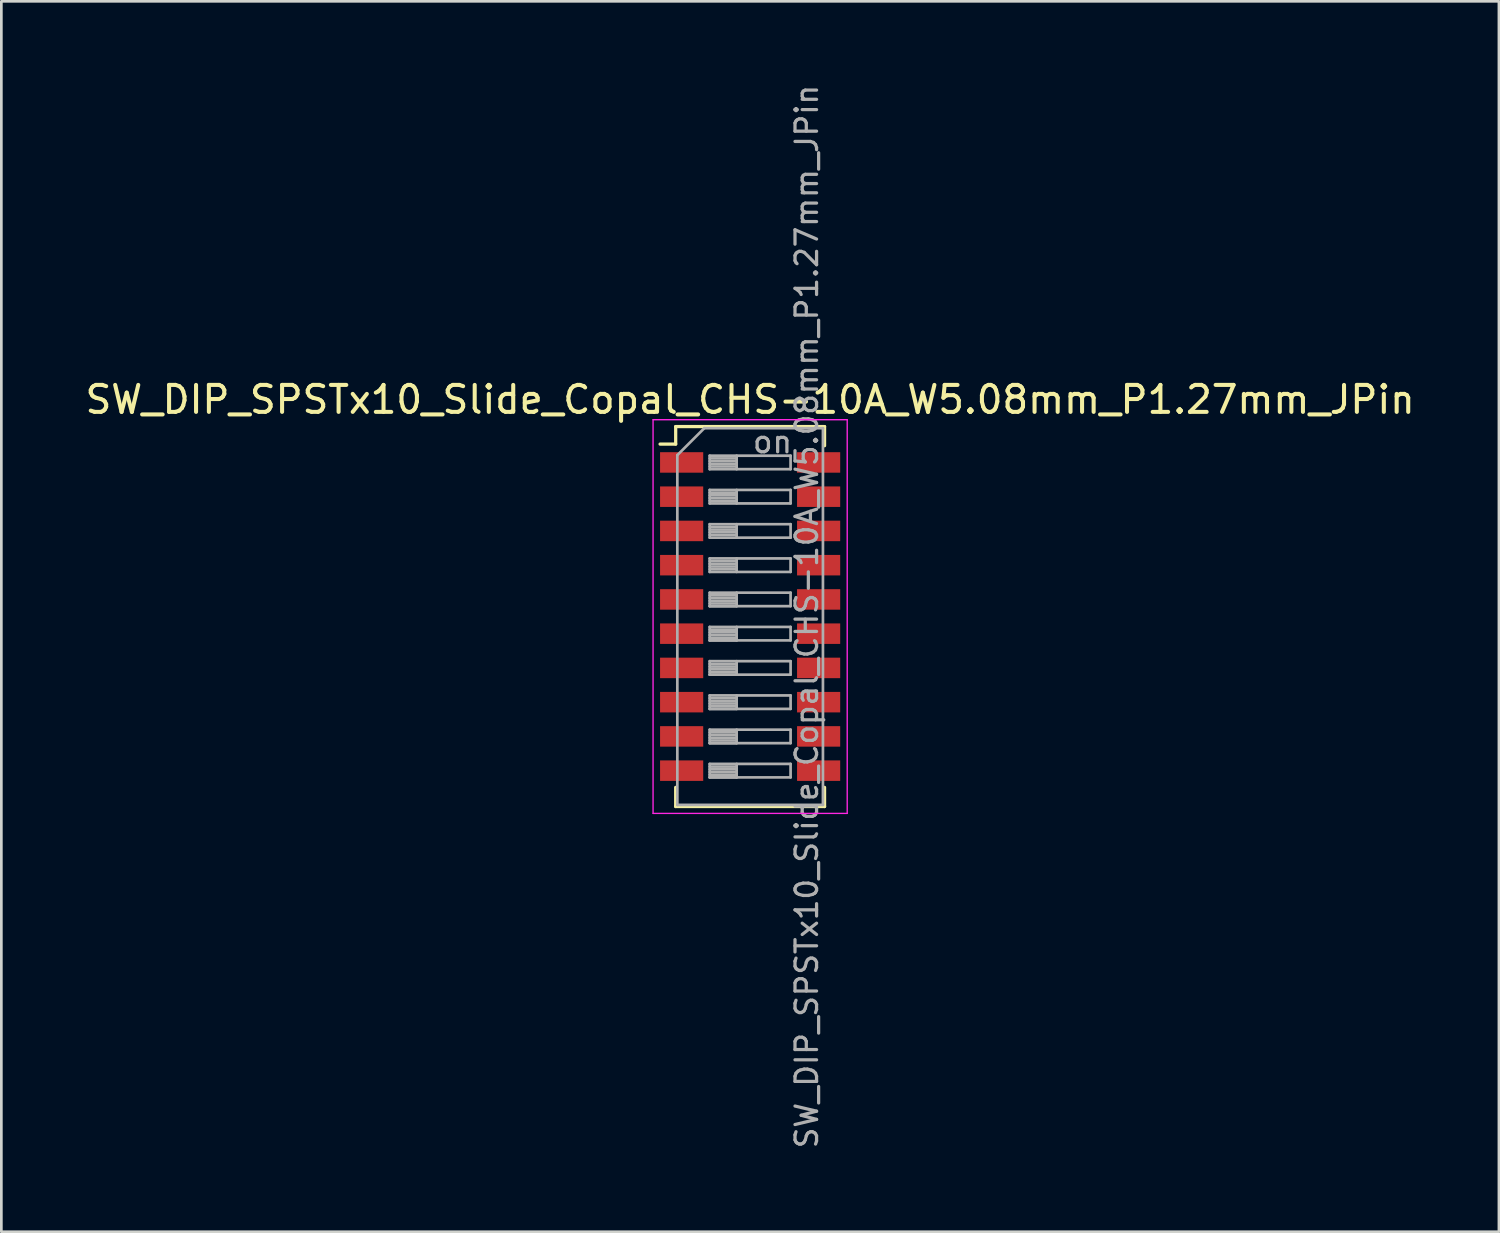
<source format=kicad_pcb>
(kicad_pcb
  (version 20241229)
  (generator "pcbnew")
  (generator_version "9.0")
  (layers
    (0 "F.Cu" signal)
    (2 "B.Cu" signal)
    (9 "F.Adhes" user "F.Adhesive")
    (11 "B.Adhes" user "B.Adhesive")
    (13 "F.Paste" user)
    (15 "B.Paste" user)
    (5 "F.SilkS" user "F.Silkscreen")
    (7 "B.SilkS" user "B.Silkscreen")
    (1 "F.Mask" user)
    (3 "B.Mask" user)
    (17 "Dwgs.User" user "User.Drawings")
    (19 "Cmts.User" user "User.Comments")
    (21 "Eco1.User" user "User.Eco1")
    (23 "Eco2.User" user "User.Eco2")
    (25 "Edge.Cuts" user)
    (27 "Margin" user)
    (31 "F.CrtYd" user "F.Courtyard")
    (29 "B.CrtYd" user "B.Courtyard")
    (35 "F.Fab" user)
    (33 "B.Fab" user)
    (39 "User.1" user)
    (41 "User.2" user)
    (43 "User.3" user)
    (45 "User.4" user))
  (footprint "SW_DIP_SPSTx10_Slide_Copal_CHS-10A_W5.08mm_P1.27mm_JPin"
    (layer "F.Cu")
    (at 24.768 19.814)
    (property "Reference" "SW_DIP_SPSTx10_Slide_Copal_CHS-10A_W5.08mm_P1.27mm_JPin" (at 0 -8.045 0) (layer "F.SilkS") (effects (font (size 1 1) (thickness 0.15))))
    (attr smd)
    (fp_line (start -3.34 -6.395) (end -2.761 -6.395) (stroke (width 0.12) (type solid)) (layer "F.SilkS"))
    (fp_line (start -2.761 -7.045) (end -2.761 -6.395) (stroke (width 0.12) (type solid)) (layer "F.SilkS"))
    (fp_line (start -2.761 -7.045) (end 2.76 -7.045) (stroke (width 0.12) (type solid)) (layer "F.SilkS"))
    (fp_line (start -2.761 6.335) (end -2.761 7.045) (stroke (width 0.12) (type solid)) (layer "F.SilkS"))
    (fp_line (start -2.761 7.045) (end 2.76 7.045) (stroke (width 0.12) (type solid)) (layer "F.SilkS"))
    (fp_line (start 2.76 -7.045) (end 2.76 -6.335) (stroke (width 0.12) (type solid)) (layer "F.SilkS"))
    (fp_line (start 2.76 6.335) (end 2.76 7.045) (stroke (width 0.12) (type solid)) (layer "F.SilkS"))
    (fp_line (start -3.6 -7.3) (end -3.6 7.3) (stroke (width 0.05) (type solid)) (layer "F.CrtYd"))
    (fp_line (start -3.6 7.3) (end 3.6 7.3) (stroke (width 0.05) (type solid)) (layer "F.CrtYd"))
    (fp_line (start 3.6 -7.3) (end -3.6 -7.3) (stroke (width 0.05) (type solid)) (layer "F.CrtYd"))
    (fp_line (start 3.6 7.3) (end 3.6 -7.3) (stroke (width 0.05) (type solid)) (layer "F.CrtYd"))
    (fp_line (start -2.7 -5.985) (end -1.7 -6.985) (stroke (width 0.1) (type solid)) (layer "F.Fab"))
    (fp_line (start -2.7 6.985) (end -2.7 -5.985) (stroke (width 0.1) (type solid)) (layer "F.Fab"))
    (fp_line (start -1.7 -6.985) (end 2.7 -6.985) (stroke (width 0.1) (type solid)) (layer "F.Fab"))
    (fp_line (start -1.5 -5.965) (end -1.5 -5.465) (stroke (width 0.1) (type solid)) (layer "F.Fab"))
    (fp_line (start -1.5 -5.865) (end -0.5 -5.865) (stroke (width 0.1) (type solid)) (layer "F.Fab"))
    (fp_line (start -1.5 -5.765) (end -0.5 -5.765) (stroke (width 0.1) (type solid)) (layer "F.Fab"))
    (fp_line (start -1.5 -5.665) (end -0.5 -5.665) (stroke (width 0.1) (type solid)) (layer "F.Fab"))
    (fp_line (start -1.5 -5.565) (end -0.5 -5.565) (stroke (width 0.1) (type solid)) (layer "F.Fab"))
    (fp_line (start -1.5 -5.465) (end 1.5 -5.465) (stroke (width 0.1) (type solid)) (layer "F.Fab"))
    (fp_line (start -1.5 -4.695) (end -1.5 -4.195) (stroke (width 0.1) (type solid)) (layer "F.Fab"))
    (fp_line (start -1.5 -4.595) (end -0.5 -4.595) (stroke (width 0.1) (type solid)) (layer "F.Fab"))
    (fp_line (start -1.5 -4.495) (end -0.5 -4.495) (stroke (width 0.1) (type solid)) (layer "F.Fab"))
    (fp_line (start -1.5 -4.395) (end -0.5 -4.395) (stroke (width 0.1) (type solid)) (layer "F.Fab"))
    (fp_line (start -1.5 -4.295) (end -0.5 -4.295) (stroke (width 0.1) (type solid)) (layer "F.Fab"))
    (fp_line (start -1.5 -4.195) (end 1.5 -4.195) (stroke (width 0.1) (type solid)) (layer "F.Fab"))
    (fp_line (start -1.5 -3.425) (end -1.5 -2.925) (stroke (width 0.1) (type solid)) (layer "F.Fab"))
    (fp_line (start -1.5 -3.325) (end -0.5 -3.325) (stroke (width 0.1) (type solid)) (layer "F.Fab"))
    (fp_line (start -1.5 -3.225) (end -0.5 -3.225) (stroke (width 0.1) (type solid)) (layer "F.Fab"))
    (fp_line (start -1.5 -3.125) (end -0.5 -3.125) (stroke (width 0.1) (type solid)) (layer "F.Fab"))
    (fp_line (start -1.5 -3.025) (end -0.5 -3.025) (stroke (width 0.1) (type solid)) (layer "F.Fab"))
    (fp_line (start -1.5 -2.925) (end 1.5 -2.925) (stroke (width 0.1) (type solid)) (layer "F.Fab"))
    (fp_line (start -1.5 -2.155) (end -1.5 -1.655) (stroke (width 0.1) (type solid)) (layer "F.Fab"))
    (fp_line (start -1.5 -2.055) (end -0.5 -2.055) (stroke (width 0.1) (type solid)) (layer "F.Fab"))
    (fp_line (start -1.5 -1.955) (end -0.5 -1.955) (stroke (width 0.1) (type solid)) (layer "F.Fab"))
    (fp_line (start -1.5 -1.855) (end -0.5 -1.855) (stroke (width 0.1) (type solid)) (layer "F.Fab"))
    (fp_line (start -1.5 -1.755) (end -0.5 -1.755) (stroke (width 0.1) (type solid)) (layer "F.Fab"))
    (fp_line (start -1.5 -1.655) (end 1.5 -1.655) (stroke (width 0.1) (type solid)) (layer "F.Fab"))
    (fp_line (start -1.5 -0.885) (end -1.5 -0.385) (stroke (width 0.1) (type solid)) (layer "F.Fab"))
    (fp_line (start -1.5 -0.785) (end -0.5 -0.785) (stroke (width 0.1) (type solid)) (layer "F.Fab"))
    (fp_line (start -1.5 -0.685) (end -0.5 -0.685) (stroke (width 0.1) (type solid)) (layer "F.Fab"))
    (fp_line (start -1.5 -0.585) (end -0.5 -0.585) (stroke (width 0.1) (type solid)) (layer "F.Fab"))
    (fp_line (start -1.5 -0.485) (end -0.5 -0.485) (stroke (width 0.1) (type solid)) (layer "F.Fab"))
    (fp_line (start -1.5 -0.385) (end -0.5 -0.385) (stroke (width 0.1) (type solid)) (layer "F.Fab"))
    (fp_line (start -1.5 -0.385) (end 1.5 -0.385) (stroke (width 0.1) (type solid)) (layer "F.Fab"))
    (fp_line (start -1.5 0.385) (end -1.5 0.885) (stroke (width 0.1) (type solid)) (layer "F.Fab"))
    (fp_line (start -1.5 0.485) (end -0.5 0.485) (stroke (width 0.1) (type solid)) (layer "F.Fab"))
    (fp_line (start -1.5 0.585) (end -0.5 0.585) (stroke (width 0.1) (type solid)) (layer "F.Fab"))
    (fp_line (start -1.5 0.685) (end -0.5 0.685) (stroke (width 0.1) (type solid)) (layer "F.Fab"))
    (fp_line (start -1.5 0.785) (end -0.5 0.785) (stroke (width 0.1) (type solid)) (layer "F.Fab"))
    (fp_line (start -1.5 0.885) (end -0.5 0.885) (stroke (width 0.1) (type solid)) (layer "F.Fab"))
    (fp_line (start -1.5 0.885) (end 1.5 0.885) (stroke (width 0.1) (type solid)) (layer "F.Fab"))
    (fp_line (start -1.5 1.655) (end -1.5 2.155) (stroke (width 0.1) (type solid)) (layer "F.Fab"))
    (fp_line (start -1.5 1.755) (end -0.5 1.755) (stroke (width 0.1) (type solid)) (layer "F.Fab"))
    (fp_line (start -1.5 1.855) (end -0.5 1.855) (stroke (width 0.1) (type solid)) (layer "F.Fab"))
    (fp_line (start -1.5 1.955) (end -0.5 1.955) (stroke (width 0.1) (type solid)) (layer "F.Fab"))
    (fp_line (start -1.5 2.055) (end -0.5 2.055) (stroke (width 0.1) (type solid)) (layer "F.Fab"))
    (fp_line (start -1.5 2.155) (end -0.5 2.155) (stroke (width 0.1) (type solid)) (layer "F.Fab"))
    (fp_line (start -1.5 2.155) (end 1.5 2.155) (stroke (width 0.1) (type solid)) (layer "F.Fab"))
    (fp_line (start -1.5 2.925) (end -1.5 3.425) (stroke (width 0.1) (type solid)) (layer "F.Fab"))
    (fp_line (start -1.5 3.025) (end -0.5 3.025) (stroke (width 0.1) (type solid)) (layer "F.Fab"))
    (fp_line (start -1.5 3.125) (end -0.5 3.125) (stroke (width 0.1) (type solid)) (layer "F.Fab"))
    (fp_line (start -1.5 3.225) (end -0.5 3.225) (stroke (width 0.1) (type solid)) (layer "F.Fab"))
    (fp_line (start -1.5 3.325) (end -0.5 3.325) (stroke (width 0.1) (type solid)) (layer "F.Fab"))
    (fp_line (start -1.5 3.425) (end -0.5 3.425) (stroke (width 0.1) (type solid)) (layer "F.Fab"))
    (fp_line (start -1.5 3.425) (end 1.5 3.425) (stroke (width 0.1) (type solid)) (layer "F.Fab"))
    (fp_line (start -1.5 4.195) (end -1.5 4.695) (stroke (width 0.1) (type solid)) (layer "F.Fab"))
    (fp_line (start -1.5 4.295) (end -0.5 4.295) (stroke (width 0.1) (type solid)) (layer "F.Fab"))
    (fp_line (start -1.5 4.395) (end -0.5 4.395) (stroke (width 0.1) (type solid)) (layer "F.Fab"))
    (fp_line (start -1.5 4.495) (end -0.5 4.495) (stroke (width 0.1) (type solid)) (layer "F.Fab"))
    (fp_line (start -1.5 4.595) (end -0.5 4.595) (stroke (width 0.1) (type solid)) (layer "F.Fab"))
    (fp_line (start -1.5 4.695) (end -0.5 4.695) (stroke (width 0.1) (type solid)) (layer "F.Fab"))
    (fp_line (start -1.5 4.695) (end 1.5 4.695) (stroke (width 0.1) (type solid)) (layer "F.Fab"))
    (fp_line (start -1.5 5.465) (end -1.5 5.965) (stroke (width 0.1) (type solid)) (layer "F.Fab"))
    (fp_line (start -1.5 5.565) (end -0.5 5.565) (stroke (width 0.1) (type solid)) (layer "F.Fab"))
    (fp_line (start -1.5 5.665) (end -0.5 5.665) (stroke (width 0.1) (type solid)) (layer "F.Fab"))
    (fp_line (start -1.5 5.765) (end -0.5 5.765) (stroke (width 0.1) (type solid)) (layer "F.Fab"))
    (fp_line (start -1.5 5.865) (end -0.5 5.865) (stroke (width 0.1) (type solid)) (layer "F.Fab"))
    (fp_line (start -1.5 5.965) (end -0.5 5.965) (stroke (width 0.1) (type solid)) (layer "F.Fab"))
    (fp_line (start -1.5 5.965) (end 1.5 5.965) (stroke (width 0.1) (type solid)) (layer "F.Fab"))
    (fp_line (start -0.5 -5.965) (end -0.5 -5.465) (stroke (width 0.1) (type solid)) (layer "F.Fab"))
    (fp_line (start -0.5 -4.695) (end -0.5 -4.195) (stroke (width 0.1) (type solid)) (layer "F.Fab"))
    (fp_line (start -0.5 -3.425) (end -0.5 -2.925) (stroke (width 0.1) (type solid)) (layer "F.Fab"))
    (fp_line (start -0.5 -2.155) (end -0.5 -1.655) (stroke (width 0.1) (type solid)) (layer "F.Fab"))
    (fp_line (start -0.5 -0.885) (end -0.5 -0.385) (stroke (width 0.1) (type solid)) (layer "F.Fab"))
    (fp_line (start -0.5 0.385) (end -0.5 0.885) (stroke (width 0.1) (type solid)) (layer "F.Fab"))
    (fp_line (start -0.5 1.655) (end -0.5 2.155) (stroke (width 0.1) (type solid)) (layer "F.Fab"))
    (fp_line (start -0.5 2.925) (end -0.5 3.425) (stroke (width 0.1) (type solid)) (layer "F.Fab"))
    (fp_line (start -0.5 4.195) (end -0.5 4.695) (stroke (width 0.1) (type solid)) (layer "F.Fab"))
    (fp_line (start -0.5 5.465) (end -0.5 5.965) (stroke (width 0.1) (type solid)) (layer "F.Fab"))
    (fp_line (start 1.5 -5.965) (end -1.5 -5.965) (stroke (width 0.1) (type solid)) (layer "F.Fab"))
    (fp_line (start 1.5 -5.465) (end 1.5 -5.965) (stroke (width 0.1) (type solid)) (layer "F.Fab"))
    (fp_line (start 1.5 -4.695) (end -1.5 -4.695) (stroke (width 0.1) (type solid)) (layer "F.Fab"))
    (fp_line (start 1.5 -4.195) (end 1.5 -4.695) (stroke (width 0.1) (type solid)) (layer "F.Fab"))
    (fp_line (start 1.5 -3.425) (end -1.5 -3.425) (stroke (width 0.1) (type solid)) (layer "F.Fab"))
    (fp_line (start 1.5 -2.925) (end 1.5 -3.425) (stroke (width 0.1) (type solid)) (layer "F.Fab"))
    (fp_line (start 1.5 -2.155) (end -1.5 -2.155) (stroke (width 0.1) (type solid)) (layer "F.Fab"))
    (fp_line (start 1.5 -1.655) (end 1.5 -2.155) (stroke (width 0.1) (type solid)) (layer "F.Fab"))
    (fp_line (start 1.5 -0.885) (end -1.5 -0.885) (stroke (width 0.1) (type solid)) (layer "F.Fab"))
    (fp_line (start 1.5 -0.385) (end 1.5 -0.885) (stroke (width 0.1) (type solid)) (layer "F.Fab"))
    (fp_line (start 1.5 0.385) (end -1.5 0.385) (stroke (width 0.1) (type solid)) (layer "F.Fab"))
    (fp_line (start 1.5 0.885) (end 1.5 0.385) (stroke (width 0.1) (type solid)) (layer "F.Fab"))
    (fp_line (start 1.5 1.655) (end -1.5 1.655) (stroke (width 0.1) (type solid)) (layer "F.Fab"))
    (fp_line (start 1.5 2.155) (end 1.5 1.655) (stroke (width 0.1) (type solid)) (layer "F.Fab"))
    (fp_line (start 1.5 2.925) (end -1.5 2.925) (stroke (width 0.1) (type solid)) (layer "F.Fab"))
    (fp_line (start 1.5 3.425) (end 1.5 2.925) (stroke (width 0.1) (type solid)) (layer "F.Fab"))
    (fp_line (start 1.5 4.195) (end -1.5 4.195) (stroke (width 0.1) (type solid)) (layer "F.Fab"))
    (fp_line (start 1.5 4.695) (end 1.5 4.195) (stroke (width 0.1) (type solid)) (layer "F.Fab"))
    (fp_line (start 1.5 5.465) (end -1.5 5.465) (stroke (width 0.1) (type solid)) (layer "F.Fab"))
    (fp_line (start 1.5 5.965) (end 1.5 5.465) (stroke (width 0.1) (type solid)) (layer "F.Fab"))
    (fp_line (start 2.7 -6.985) (end 2.7 6.985) (stroke (width 0.1) (type solid)) (layer "F.Fab"))
    (fp_line (start 2.7 6.985) (end -2.7 6.985) (stroke (width 0.1) (type solid)) (layer "F.Fab"))
    (fp_text user "on" (at 0.83 -6.475 0) (layer "F.Fab") (effects (font (size 0.8 0.8) (thickness 0.12))))
    (fp_text user "${REFERENCE}" (at 2.1 0 90) (layer "F.Fab") (effects (font (size 0.8 0.8) (thickness 0.12))))
    (pad "1" smd rect (at -2.54 -5.715) (size 1.6 0.76) (layers "F.Cu" "F.Mask" "F.Paste"))
    (pad "2" smd rect (at -2.54 -4.445) (size 1.6 0.76) (layers "F.Cu" "F.Mask" "F.Paste"))
    (pad "3" smd rect (at -2.54 -3.175) (size 1.6 0.76) (layers "F.Cu" "F.Mask" "F.Paste"))
    (pad "4" smd rect (at -2.54 -1.905) (size 1.6 0.76) (layers "F.Cu" "F.Mask" "F.Paste"))
    (pad "5" smd rect (at -2.54 -0.635) (size 1.6 0.76) (layers "F.Cu" "F.Mask" "F.Paste"))
    (pad "6" smd rect (at -2.54 0.635) (size 1.6 0.76) (layers "F.Cu" "F.Mask" "F.Paste"))
    (pad "7" smd rect (at -2.54 1.905) (size 1.6 0.76) (layers "F.Cu" "F.Mask" "F.Paste"))
    (pad "8" smd rect (at -2.54 3.175) (size 1.6 0.76) (layers "F.Cu" "F.Mask" "F.Paste"))
    (pad "9" smd rect (at -2.54 4.445) (size 1.6 0.76) (layers "F.Cu" "F.Mask" "F.Paste"))
    (pad "10" smd rect (at -2.54 5.715) (size 1.6 0.76) (layers "F.Cu" "F.Mask" "F.Paste"))
    (pad "11" smd rect (at 2.54 5.715) (size 1.6 0.76) (layers "F.Cu" "F.Mask" "F.Paste"))
    (pad "12" smd rect (at 2.54 4.445) (size 1.6 0.76) (layers "F.Cu" "F.Mask" "F.Paste"))
    (pad "13" smd rect (at 2.54 3.175) (size 1.6 0.76) (layers "F.Cu" "F.Mask" "F.Paste"))
    (pad "14" smd rect (at 2.54 1.905) (size 1.6 0.76) (layers "F.Cu" "F.Mask" "F.Paste"))
    (pad "15" smd rect (at 2.54 0.635) (size 1.6 0.76) (layers "F.Cu" "F.Mask" "F.Paste"))
    (pad "16" smd rect (at 2.54 -0.635) (size 1.6 0.76) (layers "F.Cu" "F.Mask" "F.Paste"))
    (pad "17" smd rect (at 2.54 -1.905) (size 1.6 0.76) (layers "F.Cu" "F.Mask" "F.Paste"))
    (pad "18" smd rect (at 2.54 -3.175) (size 1.6 0.76) (layers "F.Cu" "F.Mask" "F.Paste"))
    (pad "19" smd rect (at 2.54 -4.445) (size 1.6 0.76) (layers "F.Cu" "F.Mask" "F.Paste"))
    (pad "20" smd rect (at 2.54 -5.715) (size 1.6 0.76) (layers "F.Cu" "F.Mask" "F.Paste")))
  (gr_rect
    (start -3 -3)
    (end 52.536 42.629)
    (stroke (width 0.1) (type default))
    (fill no)
    (layer "Edge.Cuts")))
</source>
